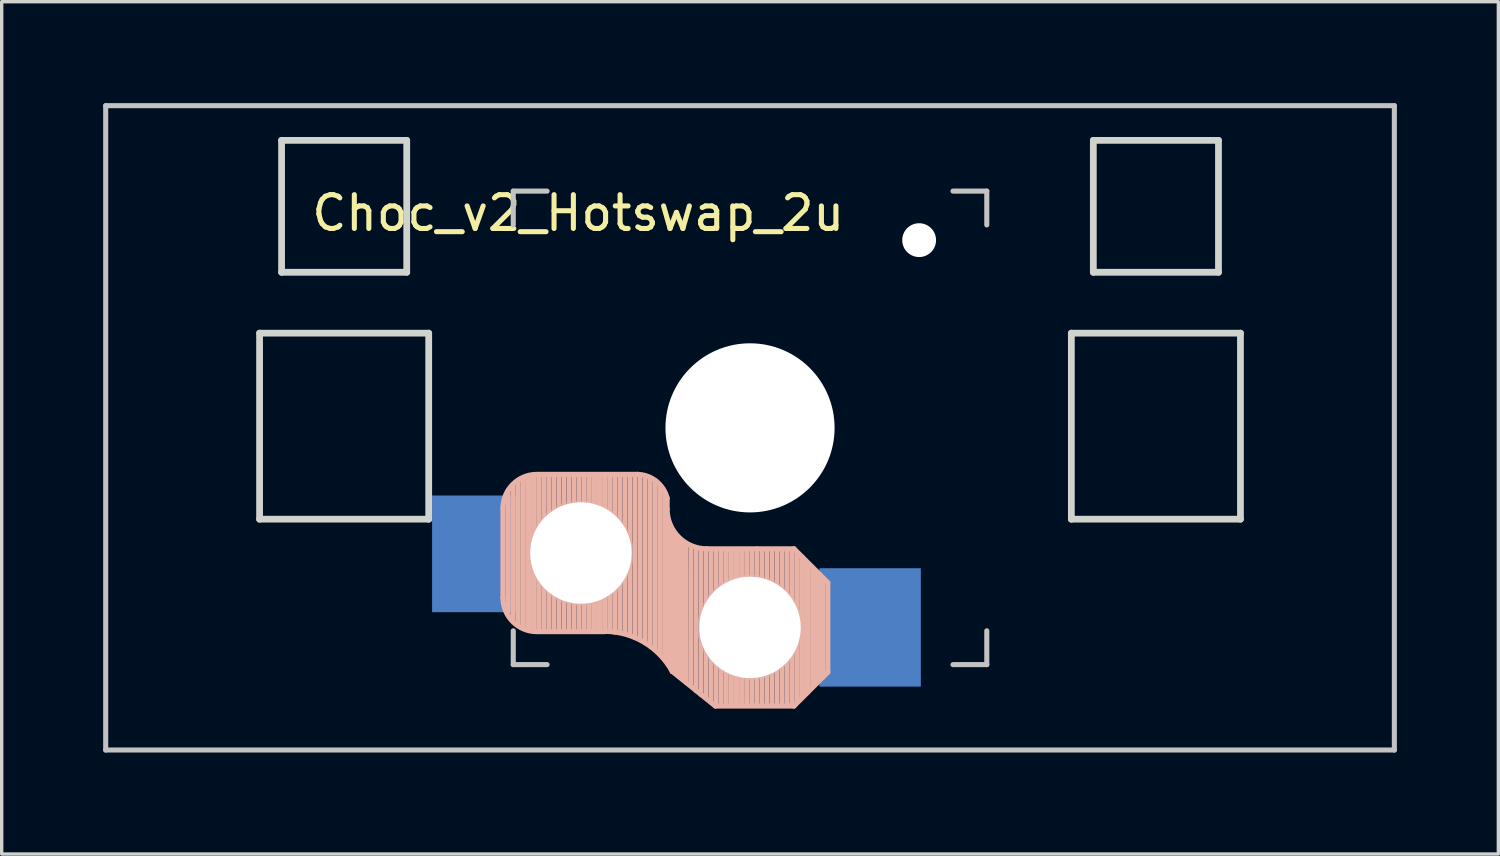
<source format=kicad_pcb>
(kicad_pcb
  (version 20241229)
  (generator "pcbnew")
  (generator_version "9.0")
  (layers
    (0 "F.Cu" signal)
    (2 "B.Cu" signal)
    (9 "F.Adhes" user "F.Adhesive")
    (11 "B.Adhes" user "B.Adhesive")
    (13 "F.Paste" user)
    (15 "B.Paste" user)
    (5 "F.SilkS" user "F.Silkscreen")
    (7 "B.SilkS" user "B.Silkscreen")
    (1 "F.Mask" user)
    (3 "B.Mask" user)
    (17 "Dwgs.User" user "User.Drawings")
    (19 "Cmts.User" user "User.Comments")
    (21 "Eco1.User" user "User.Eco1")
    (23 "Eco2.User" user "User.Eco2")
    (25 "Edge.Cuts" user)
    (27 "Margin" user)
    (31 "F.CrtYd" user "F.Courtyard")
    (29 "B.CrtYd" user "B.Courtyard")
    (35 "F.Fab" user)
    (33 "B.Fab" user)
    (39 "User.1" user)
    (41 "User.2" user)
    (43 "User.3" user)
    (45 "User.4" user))
  (footprint "Choc_v2_Hotswap_2u"
    (layer "F.Cu")
    (at 19.125 9.6)
    (property "Reference" "Choc_v2_Hotswap_2u" (at -5.08 -6.35 180) (layer "F.SilkS") (effects (font (size 1 1) (thickness 0.15))))
    (attr through_hole)
    (fp_line (start -7.305 2.375) (end -7.305 5.025) (stroke (width 0.15) (type solid)) (layer "B.SilkS"))
    (fp_line (start -7.15 5.53) (end -7.15 1.85) (stroke (width 0.15) (type solid)) (layer "B.SilkS"))
    (fp_line (start -7 5.7) (end -7 1.7) (stroke (width 0.15) (type solid)) (layer "B.SilkS"))
    (fp_line (start -6.85 5.84) (end -6.85 1.6) (stroke (width 0.15) (type solid)) (layer "B.SilkS"))
    (fp_line (start -6.7 5.92) (end -6.7 1.5) (stroke (width 0.15) (type solid)) (layer "B.SilkS"))
    (fp_line (start -6.55 5.97) (end -6.55 1.45) (stroke (width 0.15) (type solid)) (layer "B.SilkS"))
    (fp_line (start -6.4 6.01) (end -6.4 1.4) (stroke (width 0.15) (type solid)) (layer "B.SilkS"))
    (fp_line (start -6.25 6) (end -6.25 1.4) (stroke (width 0.15) (type solid)) (layer "B.SilkS"))
    (fp_line (start -6.1 6) (end -6.1 1.4) (stroke (width 0.15) (type solid)) (layer "B.SilkS"))
    (fp_line (start -5.95 6) (end -5.95 1.4) (stroke (width 0.15) (type solid)) (layer "B.SilkS"))
    (fp_line (start -5.8 6) (end -5.8 1.4) (stroke (width 0.15) (type solid)) (layer "B.SilkS"))
    (fp_line (start -5.65 6) (end -5.65 1.4) (stroke (width 0.15) (type solid)) (layer "B.SilkS"))
    (fp_line (start -5.5 6) (end -5.5 1.4) (stroke (width 0.15) (type solid)) (layer "B.SilkS"))
    (fp_line (start -5.35 6) (end -5.35 1.4) (stroke (width 0.15) (type solid)) (layer "B.SilkS"))
    (fp_line (start -5.2 6) (end -5.2 1.4) (stroke (width 0.15) (type solid)) (layer "B.SilkS"))
    (fp_line (start -5.05 6) (end -5.05 1.4) (stroke (width 0.15) (type solid)) (layer "B.SilkS"))
    (fp_line (start -4.9 6) (end -4.9 1.4) (stroke (width 0.15) (type solid)) (layer "B.SilkS"))
    (fp_line (start -4.75 6) (end -4.75 1.46) (stroke (width 0.15) (type solid)) (layer "B.SilkS"))
    (fp_line (start -4.6 6) (end -4.6 1.4) (stroke (width 0.15) (type solid)) (layer "B.SilkS"))
    (fp_line (start -4.45 6) (end -4.45 1.4) (stroke (width 0.15) (type solid)) (layer "B.SilkS"))
    (fp_line (start -4.3 6) (end -4.3 1.4) (stroke (width 0.15) (type solid)) (layer "B.SilkS"))
    (fp_line (start -4.3 6.025) (end -6.275 6.025) (stroke (width 0.15) (type solid)) (layer "B.SilkS"))
    (fp_line (start -4.15 6) (end -4.15 1.45) (stroke (width 0.15) (type solid)) (layer "B.SilkS"))
    (fp_line (start -4 6.04) (end -4 1.4) (stroke (width 0.15) (type solid)) (layer "B.SilkS"))
    (fp_line (start -3.85 6.05) (end -3.85 1.4) (stroke (width 0.15) (type solid)) (layer "B.SilkS"))
    (fp_line (start -3.7 6.05) (end -3.7 1.45) (stroke (width 0.15) (type solid)) (layer "B.SilkS"))
    (fp_line (start -3.55 6.1) (end -3.55 1.39) (stroke (width 0.15) (type solid)) (layer "B.SilkS"))
    (fp_line (start -3.4 6.2) (end -3.4 1.38) (stroke (width 0.15) (type solid)) (layer "B.SilkS"))
    (fp_line (start -3.311 1.375) (end -6.275 1.375) (stroke (width 0.15) (type solid)) (layer "B.SilkS"))
    (fp_line (start -3.25 6.25) (end -3.25 1.4) (stroke (width 0.15) (type solid)) (layer "B.SilkS"))
    (fp_line (start -3.1 6.35) (end -3.1 1.43) (stroke (width 0.15) (type solid)) (layer "B.SilkS"))
    (fp_line (start -2.95 6.45) (end -2.95 1.48) (stroke (width 0.15) (type solid)) (layer "B.SilkS"))
    (fp_line (start -2.8 6.55) (end -2.8 1.56) (stroke (width 0.15) (type solid)) (layer "B.SilkS"))
    (fp_line (start -2.65 6.7) (end -2.65 1.75) (stroke (width 0.15) (type solid)) (layer "B.SilkS"))
    (fp_line (start -2.5 6.85) (end -2.5 1.95) (stroke (width 0.15) (type solid)) (layer "B.SilkS"))
    (fp_line (start -2.45 2.4) (end -2.45 2.077) (stroke (width 0.15) (type default)) (layer "B.SilkS"))
    (fp_line (start -2.4 7.02) (end -2.4 2.9) (stroke (width 0.15) (type solid)) (layer "B.SilkS"))
    (fp_line (start -2.3 7.2) (end -2.3 3.05) (stroke (width 0.15) (type solid)) (layer "B.SilkS"))
    (fp_line (start -2.3 7.2) (end -1.025 8.225) (stroke (width 0.15) (type solid)) (layer "B.SilkS"))
    (fp_line (start -2.2 7.27) (end -2.2 3.25) (stroke (width 0.15) (type solid)) (layer "B.SilkS"))
    (fp_line (start -2.1 7.35) (end -2.1 3.35) (stroke (width 0.15) (type solid)) (layer "B.SilkS"))
    (fp_line (start -2 7.43) (end -2 3.4) (stroke (width 0.15) (type solid)) (layer "B.SilkS"))
    (fp_line (start -1.89 7.52) (end -1.9 3.45) (stroke (width 0.15) (type solid)) (layer "B.SilkS"))
    (fp_line (start -1.75 7.62) (end -1.75 3.5) (stroke (width 0.15) (type solid)) (layer "B.SilkS"))
    (fp_line (start -1.6 7.76) (end -1.6 3.6) (stroke (width 0.15) (type solid)) (layer "B.SilkS"))
    (fp_line (start -1.45 7.88) (end -1.45 3.6) (stroke (width 0.15) (type solid)) (layer "B.SilkS"))
    (fp_line (start -1.3 7.99) (end -1.3 3.6) (stroke (width 0.15) (type solid)) (layer "B.SilkS"))
    (fp_line (start -1.15 8.11) (end -1.15 3.65) (stroke (width 0.15) (type solid)) (layer "B.SilkS"))
    (fp_line (start -1 8.2) (end -1 3.6) (stroke (width 0.15) (type solid)) (layer "B.SilkS"))
    (fp_line (start -0.85 8.2) (end -0.85 3.6) (stroke (width 0.15) (type solid)) (layer "B.SilkS"))
    (fp_line (start -0.7 8.2) (end -0.7 3.6) (stroke (width 0.15) (type solid)) (layer "B.SilkS"))
    (fp_line (start -0.55 8.2) (end -0.55 3.6) (stroke (width 0.15) (type solid)) (layer "B.SilkS"))
    (fp_line (start -0.4 8.2) (end -0.4 3.6) (stroke (width 0.15) (type solid)) (layer "B.SilkS"))
    (fp_line (start -0.25 8.2) (end -0.25 3.6) (stroke (width 0.15) (type solid)) (layer "B.SilkS"))
    (fp_line (start -0.1 8.2) (end -0.1 3.6) (stroke (width 0.15) (type solid)) (layer "B.SilkS"))
    (fp_line (start 0.05 8.2) (end 0.05 3.6) (stroke (width 0.15) (type solid)) (layer "B.SilkS"))
    (fp_line (start 0.2 8.19) (end 0.2 3.58) (stroke (width 0.15) (type solid)) (layer "B.SilkS"))
    (fp_line (start 0.35 8.2) (end 0.35 3.6) (stroke (width 0.15) (type solid)) (layer "B.SilkS"))
    (fp_line (start 0.5 8.2) (end 0.5 3.6) (stroke (width 0.15) (type solid)) (layer "B.SilkS"))
    (fp_line (start 0.65 8.2) (end 0.65 3.6) (stroke (width 0.15) (type solid)) (layer "B.SilkS"))
    (fp_line (start 0.8 8.2) (end 0.8 3.6) (stroke (width 0.15) (type solid)) (layer "B.SilkS"))
    (fp_line (start 0.95 8.2) (end 0.95 3.6) (stroke (width 0.15) (type solid)) (layer "B.SilkS"))
    (fp_line (start 1.1 8.2) (end 1.1 3.6) (stroke (width 0.15) (type solid)) (layer "B.SilkS"))
    (fp_line (start 1.25 8.2) (end 1.25 3.6) (stroke (width 0.15) (type solid)) (layer "B.SilkS"))
    (fp_line (start 1.3 3.575) (end -1.275 3.575) (stroke (width 0.15) (type solid)) (layer "B.SilkS"))
    (fp_line (start 1.3 8.225) (end -1.025 8.225) (stroke (width 0.15) (type solid)) (layer "B.SilkS"))
    (fp_line (start 1.4 8.09) (end 1.4 3.7) (stroke (width 0.15) (type solid)) (layer "B.SilkS"))
    (fp_line (start 1.55 7.95) (end 1.55 3.83) (stroke (width 0.15) (type solid)) (layer "B.SilkS"))
    (fp_line (start 1.7 7.82) (end 1.7 3.99) (stroke (width 0.15) (type solid)) (layer "B.SilkS"))
    (fp_line (start 1.85 7.66) (end 1.85 4.13) (stroke (width 0.15) (type solid)) (layer "B.SilkS"))
    (fp_line (start 1.95 7.56) (end 1.95 4.23) (stroke (width 0.15) (type solid)) (layer "B.SilkS"))
    (fp_line (start 2.05 7.45) (end 2.05 4.33) (stroke (width 0.15) (type solid)) (layer "B.SilkS"))
    (fp_line (start 2.15 7.37) (end 2.15 4.44) (stroke (width 0.15) (type solid)) (layer "B.SilkS"))
    (fp_line (start 2.3 4.575) (end 1.3 3.575) (stroke (width 0.15) (type solid)) (layer "B.SilkS"))
    (fp_line (start 2.3 4.575) (end 2.3 7.225) (stroke (width 0.15) (type solid)) (layer "B.SilkS"))
    (fp_line (start 2.3 7.225) (end 1.3 8.225) (stroke (width 0.15) (type solid)) (layer "B.SilkS"))
    (fp_arc (start -7.305 2.375) (mid -7.012107 1.667893) (end -6.305 1.375) (stroke (width 0.15) (type solid)) (layer "B.SilkS"))
    (fp_arc (start -6.305 6.025) (mid -7.012107 5.732107) (end -7.305 5.025) (stroke (width 0.15) (type solid)) (layer "B.SilkS"))
    (fp_arc (start -4.3 6.017458) (mid -3.138277 6.335211) (end -2.3 7.2) (stroke (width 0.15) (type solid)) (layer "B.SilkS"))
    (fp_arc (start -3.311204 1.375) (mid -2.763915 1.58277) (end -2.45 2.076887) (stroke (width 0.15) (type solid)) (layer "B.SilkS"))
    (fp_arc (start -1.275 3.575) (mid -2.10585 3.23085) (end -2.45 2.4) (stroke (width 0.15) (type solid)) (layer "B.SilkS"))
    (fp_line (start -19.05 -9.525) (end 19.05 -9.525) (stroke (width 0.15) (type solid)) (layer "Dwgs.User"))
    (fp_line (start -19.05 9.525) (end -19.05 -9.525) (stroke (width 0.15) (type solid)) (layer "Dwgs.User"))
    (fp_line (start -7 -7) (end -6 -7) (stroke (width 0.15) (type solid)) (layer "Dwgs.User"))
    (fp_line (start -7 -6) (end -7 -7) (stroke (width 0.15) (type solid)) (layer "Dwgs.User"))
    (fp_line (start -7 7) (end -7 6) (stroke (width 0.15) (type solid)) (layer "Dwgs.User"))
    (fp_line (start -6 7) (end -7 7) (stroke (width 0.15) (type solid)) (layer "Dwgs.User"))
    (fp_line (start 6 7) (end 7 7) (stroke (width 0.15) (type solid)) (layer "Dwgs.User"))
    (fp_line (start 7 -7) (end 6 -7) (stroke (width 0.15) (type solid)) (layer "Dwgs.User"))
    (fp_line (start 7 -6) (end 7 -7) (stroke (width 0.15) (type solid)) (layer "Dwgs.User"))
    (fp_line (start 7 7) (end 7 6) (stroke (width 0.15) (type solid)) (layer "Dwgs.User"))
    (fp_line (start 19.05 -9.525) (end 19.05 9.525) (stroke (width 0.15) (type solid)) (layer "Dwgs.User"))
    (fp_line (start 19.05 9.525) (end -19.05 9.525) (stroke (width 0.15) (type solid)) (layer "Dwgs.User"))
    (fp_line (start -14.5 2.7) (end -14.5 -2.8) (stroke (width 0.2) (type solid)) (layer "Edge.Cuts"))
    (fp_line (start -13.85 -8.5) (end -10.15 -8.5) (stroke (width 0.2) (type solid)) (layer "Edge.Cuts"))
    (fp_line (start -13.85 -4.6) (end -13.85 -8.5) (stroke (width 0.2) (type solid)) (layer "Edge.Cuts"))
    (fp_line (start -10.15 -8.5) (end -10.15 -4.6) (stroke (width 0.2) (type solid)) (layer "Edge.Cuts"))
    (fp_line (start -10.15 -4.6) (end -13.85 -4.6) (stroke (width 0.2) (type solid)) (layer "Edge.Cuts"))
    (fp_line (start -9.5 -2.8) (end -14.5 -2.8) (stroke (width 0.2) (type solid)) (layer "Edge.Cuts"))
    (fp_line (start -9.5 -2.8) (end -9.5 2.7) (stroke (width 0.2) (type solid)) (layer "Edge.Cuts"))
    (fp_line (start -9.5 2.7) (end -14.5 2.7) (stroke (width 0.2) (type solid)) (layer "Edge.Cuts"))
    (fp_line (start 9.5 -2.8) (end 14.5 -2.8) (stroke (width 0.2) (type solid)) (layer "Edge.Cuts"))
    (fp_line (start 9.5 2.7) (end 9.5 -2.8) (stroke (width 0.2) (type solid)) (layer "Edge.Cuts"))
    (fp_line (start 10.15 -8.5) (end 13.85 -8.5) (stroke (width 0.2) (type solid)) (layer "Edge.Cuts"))
    (fp_line (start 10.15 -4.6) (end 10.15 -8.5) (stroke (width 0.2) (type solid)) (layer "Edge.Cuts"))
    (fp_line (start 13.85 -8.5) (end 13.85 -4.6) (stroke (width 0.2) (type solid)) (layer "Edge.Cuts"))
    (fp_line (start 13.85 -4.6) (end 10.15 -4.6) (stroke (width 0.2) (type solid)) (layer "Edge.Cuts"))
    (fp_line (start 14.5 -2.8) (end 14.5 2.7) (stroke (width 0.2) (type solid)) (layer "Edge.Cuts"))
    (fp_line (start 14.5 2.7) (end 9.5 2.7) (stroke (width 0.2) (type solid)) (layer "Edge.Cuts"))
    (pad "" np_thru_hole circle (at -5 3.7 90) (size 3.1 3.1) (drill 3) (layers "*.Cu" "*.Mask"))
    (pad "" np_thru_hole circle (at 0 0 90) (size 5 5) (drill 5) (layers "*.Cu" "*.Mask"))
    (pad "" np_thru_hole circle (at 0 5.9 90) (size 3.1 3.1) (drill 3) (layers "*.Cu" "*.Mask"))
    (pad "" np_thru_hole circle (at 5 -5.55) (size 1 1) (drill oval 1) (layers "*.Cu" "*.Mask"))
    (pad "1" smd rect (at -8.125 3.725 180) (size 2.55 3.45) (layers "B.Cu" "B.Mask" "B.Paste"))
    (pad "2" smd rect (at 3.55 5.9 180) (size 3 3.5) (layers "B.Cu" "B.Mask" "B.Paste")))
  (gr_rect
    (start -3 -3)
    (end 41.25 22.2)
    (stroke (width 0.1) (type default))
    (fill no)
    (layer "Edge.Cuts")))
</source>
